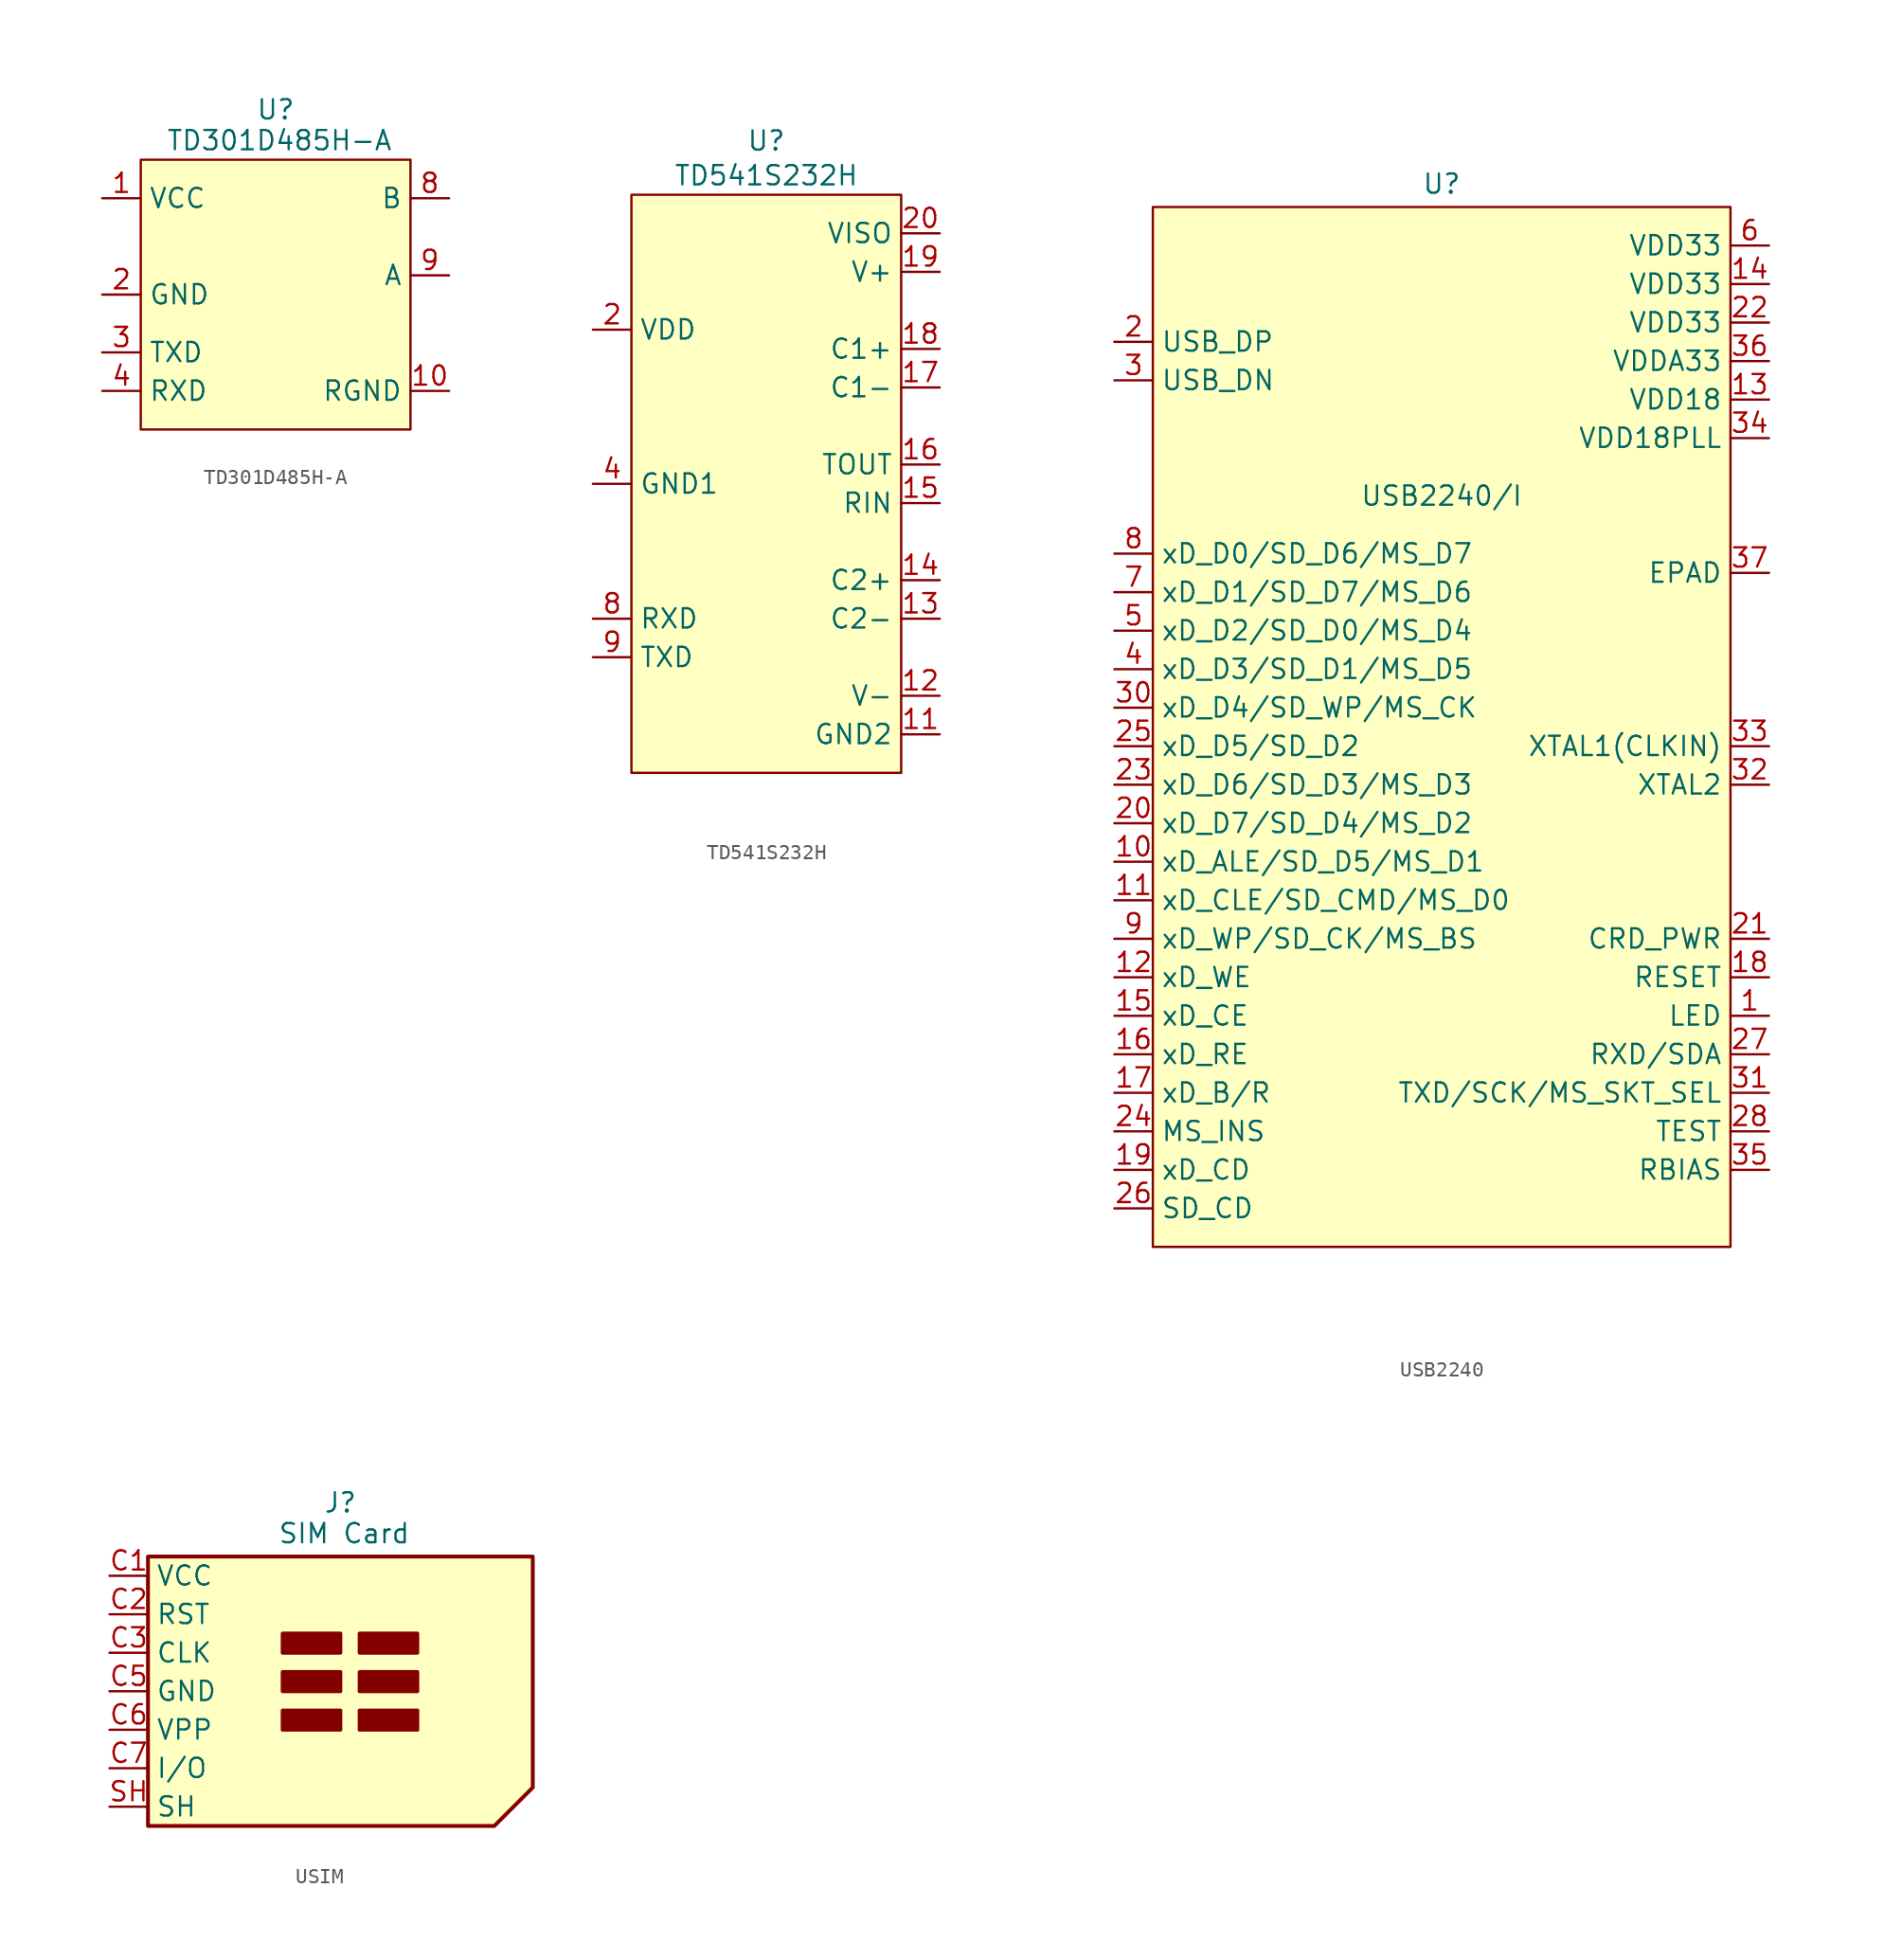
<source format=kicad_sym>
(kicad_symbol_lib
  (version 20231120)
  (generator "kicad_symbol_editor")
  (generator_version "8.0")
  (symbol "TD301D485H-A"
    (property "Reference" "U"
      (at 0 12.192 0)
      (effects (font (size 1.27 1.27))))
    (property "Value" "TD301D485H-A"
      (at 0.254 10.16 0)
      (effects (font (size 1.27 1.27))))
    (symbol "TD301D485H-A_1_1"
      (rectangle (start -8.89 8.89) (end 8.89 -8.89) (stroke (width 0) (type default)) (fill (type background)))
      (pin power_in line (at -11.43 6.35 0) (length 2.54) (name "VCC" (effects (font (size 1.27 1.27)))) (number "1" (effects (font (size 1.27 1.27)))))
      (pin passive line (at 11.43 -6.35 180) (length 2.54) (name "RGND" (effects (font (size 1.27 1.27)))) (number "10" (effects (font (size 1.27 1.27)))))
      (pin power_in line (at -11.43 0 0) (length 2.54) (name "GND" (effects (font (size 1.27 1.27)))) (number "2" (effects (font (size 1.27 1.27)))))
      (pin input line (at -11.43 -3.81 0) (length 2.54) (name "TXD" (effects (font (size 1.27 1.27)))) (number "3" (effects (font (size 1.27 1.27)))))
      (pin output line (at -11.43 -6.35 0) (length 2.54) (name "RXD" (effects (font (size 1.27 1.27)))) (number "4" (effects (font (size 1.27 1.27)))))
      (pin bidirectional line (at 11.43 6.35 180) (length 2.54) (name "B" (effects (font (size 1.27 1.27)))) (number "8" (effects (font (size 1.27 1.27)))))
      (pin bidirectional line (at 11.43 1.27 180) (length 2.54) (name "A" (effects (font (size 1.27 1.27)))) (number "9" (effects (font (size 1.27 1.27)))))))
  (symbol "TD541S232H"
    (property "Reference" "U"
      (at 0 22.606 0)
      (effects (font (size 1.27 1.27))))
    (property "Value" "TD541S232H"
      (at 0 20.32 0)
      (effects (font (size 1.27 1.27))))
    (symbol "TD541S232H_1_1"
      (rectangle (start -8.89 19.05) (end 8.89 -19.05) (stroke (width 0) (type default)) (fill (type background)))
      (pin no_connect line (at -11.43 -16.51 0) (length 2.54) hide (name "NC" (effects (font (size 1.27 1.27)))) (number "1" (effects (font (size 1.27 1.27)))))
      (pin power_in line (at -11.43 0 0) (length 2.54) hide (name "GND1" (effects (font (size 1.27 1.27)))) (number "10" (effects (font (size 1.27 1.27)))))
      (pin input line (at 11.43 -16.51 180) (length 2.54) (name "GND2" (effects (font (size 1.27 1.27)))) (number "11" (effects (font (size 1.27 1.27)))))
      (pin input line (at 11.43 -13.97 180) (length 2.54) (name "V-" (effects (font (size 1.27 1.27)))) (number "12" (effects (font (size 1.27 1.27)))))
      (pin input line (at 11.43 -8.89 180) (length 2.54) (name "C2-" (effects (font (size 1.27 1.27)))) (number "13" (effects (font (size 1.27 1.27)))))
      (pin input line (at 11.43 -6.35 180) (length 2.54) (name "C2+" (effects (font (size 1.27 1.27)))) (number "14" (effects (font (size 1.27 1.27)))))
      (pin input line (at 11.43 -1.27 180) (length 2.54) (name "RIN" (effects (font (size 1.27 1.27)))) (number "15" (effects (font (size 1.27 1.27)))))
      (pin input line (at 11.43 1.27 180) (length 2.54) (name "TOUT" (effects (font (size 1.27 1.27)))) (number "16" (effects (font (size 1.27 1.27)))))
      (pin input line (at 11.43 6.35 180) (length 2.54) (name "C1-" (effects (font (size 1.27 1.27)))) (number "17" (effects (font (size 1.27 1.27)))))
      (pin input line (at 11.43 8.89 180) (length 2.54) (name "C1+" (effects (font (size 1.27 1.27)))) (number "18" (effects (font (size 1.27 1.27)))))
      (pin input line (at 11.43 13.97 180) (length 2.54) (name "V+" (effects (font (size 1.27 1.27)))) (number "19" (effects (font (size 1.27 1.27)))))
      (pin input line (at -11.43 10.16 0) (length 2.54) (name "VDD" (effects (font (size 1.27 1.27)))) (number "2" (effects (font (size 1.27 1.27)))))
      (pin power_out line (at 11.43 16.51 180) (length 2.54) (name "VISO" (effects (font (size 1.27 1.27)))) (number "20" (effects (font (size 1.27 1.27)))))
      (pin input line (at -11.43 10.16 0) (length 2.54) hide (name "VDD" (effects (font (size 1.27 1.27)))) (number "3" (effects (font (size 1.27 1.27)))))
      (pin power_in line (at -11.43 0 0) (length 2.54) (name "GND1" (effects (font (size 1.27 1.27)))) (number "4" (effects (font (size 1.27 1.27)))))
      (pin power_in line (at -11.43 0 0) (length 2.54) hide (name "GND1" (effects (font (size 1.27 1.27)))) (number "5" (effects (font (size 1.27 1.27)))))
      (pin power_in line (at -11.43 0 0) (length 2.54) hide (name "GND1" (effects (font (size 1.27 1.27)))) (number "6" (effects (font (size 1.27 1.27)))))
      (pin power_in line (at -11.43 0 0) (length 2.54) hide (name "GND1" (effects (font (size 1.27 1.27)))) (number "7" (effects (font (size 1.27 1.27)))))
      (pin output line (at -11.43 -8.89 0) (length 2.54) (name "RXD" (effects (font (size 1.27 1.27)))) (number "8" (effects (font (size 1.27 1.27)))))
      (pin input line (at -11.43 -11.43 0) (length 2.54) (name "TXD" (effects (font (size 1.27 1.27)))) (number "9" (effects (font (size 1.27 1.27)))))))
  (symbol "USB2240"
    (property "Reference" "U"
      (at 0 20.574 0)
      (effects (font (size 1.27 1.27))))
    (property "Value" "USB2240/I"
      (at 0 0 0)
      (effects (font (size 1.27 1.27))))
    (symbol "USB2240_1_1"
      (rectangle (start -19.05 19.05) (end 19.05 -49.53) (stroke (width 0) (type default)) (fill (type background)))
      (pin bidirectional line (at 21.59 -34.29 180) (length 2.54) (name "LED" (effects (font (size 1.27 1.27)))) (number "1" (effects (font (size 1.27 1.27)))))
      (pin bidirectional line (at -21.59 -24.13 0) (length 2.54) (name "xD_ALE/SD_D5/MS_D1" (effects (font (size 1.27 1.27)))) (number "10" (effects (font (size 1.27 1.27)))))
      (pin bidirectional line (at -21.59 -26.67 0) (length 2.54) (name "xD_CLE/SD_CMD/MS_D0" (effects (font (size 1.27 1.27)))) (number "11" (effects (font (size 1.27 1.27)))))
      (pin bidirectional line (at -21.59 -31.75 0) (length 2.54) (name "xD_WE" (effects (font (size 1.27 1.27)))) (number "12" (effects (font (size 1.27 1.27)))))
      (pin power_in line (at 21.59 6.35 180) (length 2.54) (name "VDD18" (effects (font (size 1.27 1.27)))) (number "13" (effects (font (size 1.27 1.27)))))
      (pin power_in line (at 21.59 13.97 180) (length 2.54) (name "VDD33" (effects (font (size 1.27 1.27)))) (number "14" (effects (font (size 1.27 1.27)))))
      (pin bidirectional line (at -21.59 -34.29 0) (length 2.54) (name "xD_CE" (effects (font (size 1.27 1.27)))) (number "15" (effects (font (size 1.27 1.27)))))
      (pin bidirectional line (at -21.59 -36.83 0) (length 2.54) (name "xD_RE" (effects (font (size 1.27 1.27)))) (number "16" (effects (font (size 1.27 1.27)))))
      (pin bidirectional line (at -21.59 -39.37 0) (length 2.54) (name "xD_B/R" (effects (font (size 1.27 1.27)))) (number "17" (effects (font (size 1.27 1.27)))))
      (pin bidirectional line (at 21.59 -31.75 180) (length 2.54) (name "RESET" (effects (font (size 1.27 1.27)))) (number "18" (effects (font (size 1.27 1.27)))))
      (pin bidirectional line (at -21.59 -44.45 0) (length 2.54) (name "xD_CD" (effects (font (size 1.27 1.27)))) (number "19" (effects (font (size 1.27 1.27)))))
      (pin bidirectional line (at -21.59 10.16 0) (length 2.54) (name "USB_DP" (effects (font (size 1.27 1.27)))) (number "2" (effects (font (size 1.27 1.27)))))
      (pin bidirectional line (at -21.59 -21.59 0) (length 2.54) (name "xD_D7/SD_D4/MS_D2" (effects (font (size 1.27 1.27)))) (number "20" (effects (font (size 1.27 1.27)))))
      (pin bidirectional line (at 21.59 -29.21 180) (length 2.54) (name "CRD_PWR" (effects (font (size 1.27 1.27)))) (number "21" (effects (font (size 1.27 1.27)))))
      (pin power_in line (at 21.59 11.43 180) (length 2.54) (name "VDD33" (effects (font (size 1.27 1.27)))) (number "22" (effects (font (size 1.27 1.27)))))
      (pin bidirectional line (at -21.59 -19.05 0) (length 2.54) (name "xD_D6/SD_D3/MS_D3" (effects (font (size 1.27 1.27)))) (number "23" (effects (font (size 1.27 1.27)))))
      (pin bidirectional line (at -21.59 -41.91 0) (length 2.54) (name "MS_INS" (effects (font (size 1.27 1.27)))) (number "24" (effects (font (size 1.27 1.27)))))
      (pin bidirectional line (at -21.59 -16.51 0) (length 2.54) (name "xD_D5/SD_D2" (effects (font (size 1.27 1.27)))) (number "25" (effects (font (size 1.27 1.27)))))
      (pin bidirectional line (at -21.59 -46.99 0) (length 2.54) (name "SD_CD" (effects (font (size 1.27 1.27)))) (number "26" (effects (font (size 1.27 1.27)))))
      (pin bidirectional line (at 21.59 -36.83 180) (length 2.54) (name "RXD/SDA" (effects (font (size 1.27 1.27)))) (number "27" (effects (font (size 1.27 1.27)))))
      (pin bidirectional line (at 21.59 -41.91 180) (length 2.54) (name "TEST" (effects (font (size 1.27 1.27)))) (number "28" (effects (font (size 1.27 1.27)))))
      (pin no_connect line (at 21.59 -46.99 180) (length 2.54) hide (name "NC" (effects (font (size 1.27 1.27)))) (number "29" (effects (font (size 1.27 1.27)))))
      (pin bidirectional line (at -21.59 7.62 0) (length 2.54) (name "USB_DN" (effects (font (size 1.27 1.27)))) (number "3" (effects (font (size 1.27 1.27)))))
      (pin bidirectional line (at -21.59 -13.97 0) (length 2.54) (name "xD_D4/SD_WP/MS_CK" (effects (font (size 1.27 1.27)))) (number "30" (effects (font (size 1.27 1.27)))))
      (pin bidirectional line (at 21.59 -39.37 180) (length 2.54) (name "TXD/SCK/MS_SKT_SEL" (effects (font (size 1.27 1.27)))) (number "31" (effects (font (size 1.27 1.27)))))
      (pin passive line (at 21.59 -19.05 180) (length 2.54) (name "XTAL2" (effects (font (size 1.27 1.27)))) (number "32" (effects (font (size 1.27 1.27)))))
      (pin passive line (at 21.59 -16.51 180) (length 2.54) (name "XTAL1(CLKIN)" (effects (font (size 1.27 1.27)))) (number "33" (effects (font (size 1.27 1.27)))))
      (pin power_in line (at 21.59 3.81 180) (length 2.54) (name "VDD18PLL" (effects (font (size 1.27 1.27)))) (number "34" (effects (font (size 1.27 1.27)))))
      (pin bidirectional line (at 21.59 -44.45 180) (length 2.54) (name "RBIAS" (effects (font (size 1.27 1.27)))) (number "35" (effects (font (size 1.27 1.27)))))
      (pin power_in line (at 21.59 8.89 180) (length 2.54) (name "VDDA33" (effects (font (size 1.27 1.27)))) (number "36" (effects (font (size 1.27 1.27)))))
      (pin power_in line (at 21.59 -5.08 180) (length 2.54) (name "EPAD" (effects (font (size 1.27 1.27)))) (number "37" (effects (font (size 1.27 1.27)))))
      (pin bidirectional line (at -21.59 -11.43 0) (length 2.54) (name "xD_D3/SD_D1/MS_D5" (effects (font (size 1.27 1.27)))) (number "4" (effects (font (size 1.27 1.27)))))
      (pin bidirectional line (at -21.59 -8.89 0) (length 2.54) (name "xD_D2/SD_D0/MS_D4" (effects (font (size 1.27 1.27)))) (number "5" (effects (font (size 1.27 1.27)))))
      (pin power_in line (at 21.59 16.51 180) (length 2.54) (name "VDD33" (effects (font (size 1.27 1.27)))) (number "6" (effects (font (size 1.27 1.27)))))
      (pin bidirectional line (at -21.59 -6.35 0) (length 2.54) (name "xD_D1/SD_D7/MS_D6" (effects (font (size 1.27 1.27)))) (number "7" (effects (font (size 1.27 1.27)))))
      (pin bidirectional line (at -21.59 -3.81 0) (length 2.54) (name "xD_D0/SD_D6/MS_D7" (effects (font (size 1.27 1.27)))) (number "8" (effects (font (size 1.27 1.27)))))
      (pin bidirectional line (at -21.59 -29.21 0) (length 2.54) (name "xD_WP/SD_CK/MS_BS" (effects (font (size 1.27 1.27)))) (number "9" (effects (font (size 1.27 1.27)))))))
  (symbol "USIM"
    (property "Reference" "J"
      (at 0 12.446 0)
      (effects (font (size 1.27 1.27))))
    (property "Value" "SIM Card"
      (at 0.254 10.414 0)
      (effects (font (size 1.27 1.27))))
    (symbol "USIM_0_1"
      (rectangle (start -3.81 -2.54) (end 0 -1.27) (stroke (width 0.254) (type default)) (fill (type outline)))
      (rectangle (start -3.81 0) (end 0 1.27) (stroke (width 0.254) (type default)) (fill (type outline)))
      (rectangle (start -3.81 2.54) (end 0 3.81) (stroke (width 0.254) (type default)) (fill (type outline)))
      (polyline (pts (xy -12.7 8.89) (xy -12.7 -8.89) (xy 10.16 -8.89) (xy 12.7 -6.35) (xy 12.7 8.89) (xy -12.7 8.89)) (stroke (width 0.254) (type default)) (fill (type background)))
      (rectangle (start 1.27 -1.27) (end 5.08 -2.54) (stroke (width 0.254) (type default)) (fill (type outline)))
      (rectangle (start 1.27 0) (end 5.08 1.27) (stroke (width 0.254) (type default)) (fill (type outline)))
      (rectangle (start 1.27 2.54) (end 5.08 3.81) (stroke (width 0.254) (type default)) (fill (type outline))))
    (symbol "USIM_1_1"
      (pin power_in line (at -15.24 7.62 0) (length 2.54) (name "VCC" (effects (font (size 1.27 1.27)))) (number "C1" (effects (font (size 1.27 1.27)))))
      (pin input line (at -15.24 5.08 0) (length 2.54) (name "RST" (effects (font (size 1.27 1.27)))) (number "C2" (effects (font (size 1.27 1.27)))))
      (pin input line (at -15.24 2.54 0) (length 2.54) (name "CLK" (effects (font (size 1.27 1.27)))) (number "C3" (effects (font (size 1.27 1.27)))))
      (pin power_in line (at -15.24 0 0) (length 2.54) (name "GND" (effects (font (size 1.27 1.27)))) (number "C5" (effects (font (size 1.27 1.27)))))
      (pin input line (at -15.24 -2.54 0) (length 2.54) (name "VPP" (effects (font (size 1.27 1.27)))) (number "C6" (effects (font (size 1.27 1.27)))))
      (pin bidirectional line (at -15.24 -5.08 0) (length 2.54) (name "I/O" (effects (font (size 1.27 1.27)))) (number "C7" (effects (font (size 1.27 1.27)))))
      (pin passive line (at -15.24 -7.62 0) (length 2.54) (name "SH" (effects (font (size 1.27 1.27)))) (number "SH" (effects (font (size 1.27 1.27))))))))
</source>
